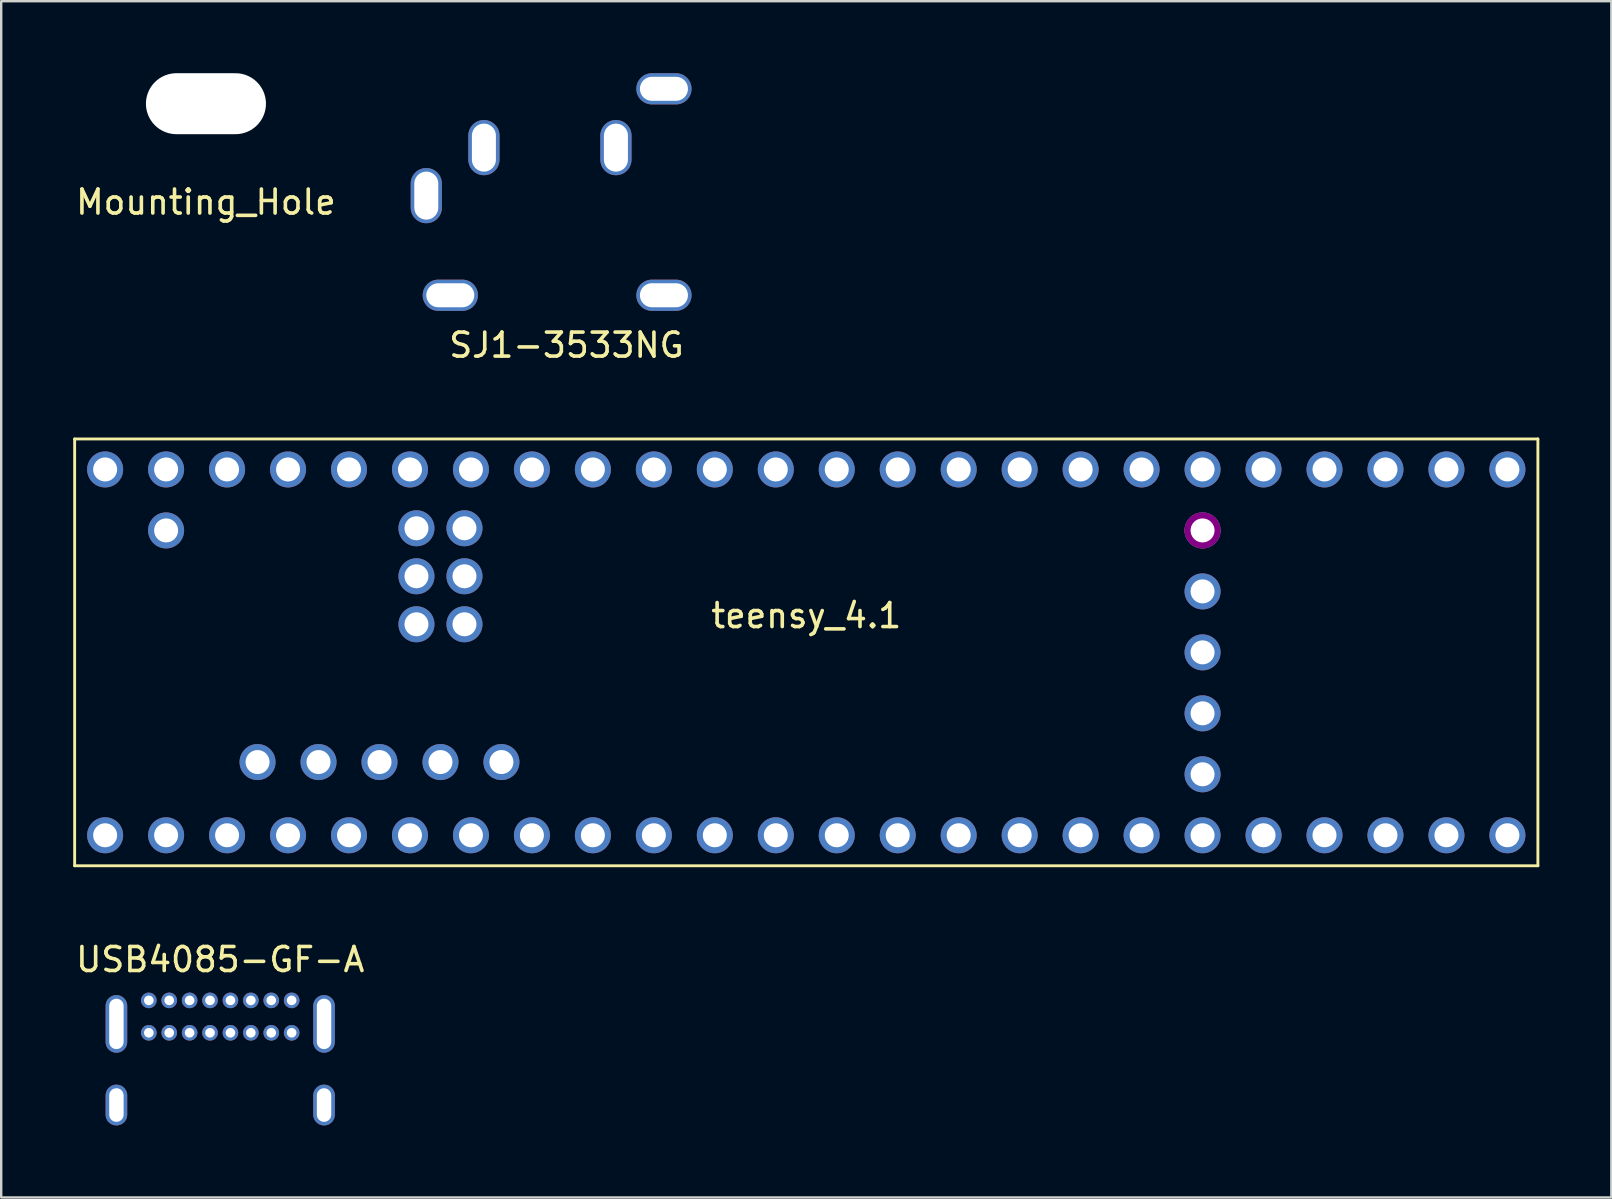
<source format=kicad_pcb>
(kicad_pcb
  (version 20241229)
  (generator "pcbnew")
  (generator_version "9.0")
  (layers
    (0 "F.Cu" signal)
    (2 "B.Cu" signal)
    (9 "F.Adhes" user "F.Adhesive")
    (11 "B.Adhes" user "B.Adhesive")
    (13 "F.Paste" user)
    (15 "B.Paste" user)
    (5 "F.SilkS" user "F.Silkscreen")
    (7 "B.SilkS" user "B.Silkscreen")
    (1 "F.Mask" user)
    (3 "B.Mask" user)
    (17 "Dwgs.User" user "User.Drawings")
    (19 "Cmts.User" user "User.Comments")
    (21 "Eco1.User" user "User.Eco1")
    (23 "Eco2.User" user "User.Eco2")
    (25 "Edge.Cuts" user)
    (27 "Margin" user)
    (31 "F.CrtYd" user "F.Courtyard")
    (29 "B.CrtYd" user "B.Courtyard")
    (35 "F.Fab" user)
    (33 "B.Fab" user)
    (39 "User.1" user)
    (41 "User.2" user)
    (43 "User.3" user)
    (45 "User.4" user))
  (footprint "Mounting_Hole"
    (layer "F.Cu")
    (at 5.53 1.27)
    (property "Reference" "Mounting_Hole" (at 0 4.1 0) (unlocked yes) (layer "F.SilkS") (effects (font (size 1 1) (thickness 0.15))))
    (attr through_hole)
    (pad "" np_thru_hole oval (at 0 0) (size 5 2.54) (drill oval 5 2.54) (layers "*.Cu" "*.Mask")))
  (footprint "teensy_4.1"
    (layer "F.Cu")
    (at 30.54 21.588)
    (property "Reference" "teensy_4.1" (at 0 1.01 0) (unlocked yes) (layer "F.SilkS") (effects (font (size 1 1) (thickness 0.15))))
    (attr through_hole)
    (fp_line (start -30.48 -6.35) (end 30.48 -6.35) (stroke (width 0.12) (type solid)) (layer "F.SilkS"))
    (fp_line (start -30.48 11.43) (end -30.48 -6.35) (stroke (width 0.12) (type solid)) (layer "F.SilkS"))
    (fp_line (start 30.48 -6.35) (end 30.48 11.43) (stroke (width 0.12) (type solid)) (layer "F.SilkS"))
    (fp_line (start 30.48 11.43) (end -30.48 11.43) (stroke (width 0.12) (type solid)) (layer "F.SilkS"))
    (pad "0" thru_hole circle (at -26.67 10.16) (size 1.5 1.5) (drill 1) (layers "*.Cu" "*.Mask"))
    (pad "1" thru_hole circle (at -24.13 10.16) (size 1.5 1.5) (drill 1) (layers "*.Cu" "*.Mask"))
    (pad "2" thru_hole circle (at -21.59 10.16) (size 1.5 1.5) (drill 1) (layers "*.Cu" "*.Mask"))
    (pad "3" thru_hole circle (at -19.05 10.16) (size 1.5 1.5) (drill 1) (layers "*.Cu" "*.Mask"))
    (pad "3.3V" thru_hole circle (at -24.13 -5.08) (size 1.5 1.5) (drill 1) (layers "*.Cu" "*.Mask"))
    (pad "3.3V" thru_hole circle (at 6.35 10.16) (size 1.5 1.5) (drill 1) (layers "*.Cu" "*.Mask"))
    (pad "3.3V" thru_hole circle (at 16.51 5.08) (size 1.5 1.5) (drill 1) (layers "*.Cu" "*.Mask"))
    (pad "4" thru_hole circle (at -16.51 10.16) (size 1.5 1.5) (drill 1) (layers "*.Cu" "*.Mask"))
    (pad "5" thru_hole circle (at -13.97 10.16) (size 1.5 1.5) (drill 1) (layers "*.Cu" "*.Mask"))
    (pad "5V" thru_hole circle (at -29.21 -5.08) (size 1.5 1.5) (drill 1) (layers "*.Cu" "*.Mask"))
    (pad "5V" thru_hole circle (at -22.86 7.11) (size 1.5 1.5) (drill 1) (layers "*.Cu" "*.Mask"))
    (pad "6" thru_hole circle (at -11.43 10.16) (size 1.5 1.5) (drill 1) (layers "*.Cu" "*.Mask"))
    (pad "7" thru_hole circle (at -8.89 10.16) (size 1.5 1.5) (drill 1) (layers "*.Cu" "*.Mask"))
    (pad "8" thru_hole circle (at -6.35 10.16) (size 1.5 1.5) (drill 1) (layers "*.Cu" "*.Mask"))
    (pad "9" thru_hole circle (at -3.81 10.16) (size 1.5 1.5) (drill 1) (layers "*.Cu" "*.Mask"))
    (pad "10" thru_hole circle (at -1.27 10.16) (size 1.5 1.5) (drill 1) (layers "*.Cu" "*.Mask"))
    (pad "11" thru_hole circle (at 1.27 10.16) (size 1.5 1.5) (drill 1) (layers "*.Cu" "*.Mask"))
    (pad "12" thru_hole circle (at 3.81 10.16) (size 1.5 1.5) (drill 1) (layers "*.Cu" "*.Mask"))
    (pad "13" thru_hole circle (at 3.81 -5.08) (size 1.5 1.5) (drill 1) (layers "*.Cu" "*.Mask"))
    (pad "14" thru_hole circle (at 1.27 -5.08) (size 1.5 1.5) (drill 1) (layers "*.Cu" "*.Mask"))
    (pad "15" thru_hole circle (at -1.27 -5.08) (size 1.5 1.5) (drill 1) (layers "*.Cu" "*.Mask"))
    (pad "16" thru_hole circle (at -3.81 -5.08) (size 1.5 1.5) (drill 1) (layers "*.Cu" "*.Mask"))
    (pad "17" thru_hole circle (at -6.35 -5.08) (size 1.5 1.5) (drill 1) (layers "*.Cu" "*.Mask"))
    (pad "18" thru_hole circle (at -8.89 -5.08) (size 1.5 1.5) (drill 1) (layers "*.Cu" "*.Mask"))
    (pad "19" thru_hole circle (at -11.43 -5.08) (size 1.5 1.5) (drill 1) (layers "*.Cu" "*.Mask"))
    (pad "20" thru_hole circle (at -13.97 -5.08) (size 1.5 1.5) (drill 1) (layers "*.Cu" "*.Mask"))
    (pad "21" thru_hole circle (at -16.51 -5.08) (size 1.5 1.5) (drill 1) (layers "*.Cu" "*.Mask"))
    (pad "22" thru_hole circle (at -19.05 -5.08) (size 1.5 1.5) (drill 1) (layers "*.Cu" "*.Mask"))
    (pad "23" thru_hole circle (at -21.59 -5.08) (size 1.5 1.5) (drill 1) (layers "*.Cu" "*.Mask"))
    (pad "24" thru_hole circle (at 8.89 10.16) (size 1.5 1.5) (drill 1) (layers "*.Cu" "*.Mask"))
    (pad "25" thru_hole circle (at 11.43 10.16) (size 1.5 1.5) (drill 1) (layers "*.Cu" "*.Mask"))
    (pad "26" thru_hole circle (at 13.97 10.16) (size 1.5 1.5) (drill 1) (layers "*.Cu" "*.Mask"))
    (pad "27" thru_hole circle (at 16.51 10.16) (size 1.5 1.5) (drill 1) (layers "*.Cu" "*.Mask"))
    (pad "28" thru_hole circle (at 19.05 10.16) (size 1.5 1.5) (drill 1) (layers "*.Cu" "*.Mask"))
    (pad "29" thru_hole circle (at 21.59 10.16) (size 1.5 1.5) (drill 1) (layers "*.Cu" "*.Mask"))
    (pad "30" thru_hole circle (at 24.13 10.16) (size 1.5 1.5) (drill 1) (layers "*.Cu" "*.Mask"))
    (pad "31" thru_hole circle (at 26.67 10.16) (size 1.5 1.5) (drill 1) (layers "*.Cu" "*.Mask"))
    (pad "32" thru_hole circle (at 29.21 10.16) (size 1.5 1.5) (drill 1) (layers "*.Cu" "*.Mask"))
    (pad "33" thru_hole circle (at 29.21 -5.08) (size 1.5 1.5) (drill 1) (layers "*.Cu" "*.Mask"))
    (pad "34" thru_hole circle (at 26.67 -5.08) (size 1.5 1.5) (drill 1) (layers "*.Cu" "*.Mask"))
    (pad "35" thru_hole circle (at 24.13 -5.08) (size 1.5 1.5) (drill 1) (layers "*.Cu" "*.Mask"))
    (pad "36" thru_hole circle (at 21.59 -5.08) (size 1.5 1.5) (drill 1) (layers "*.Cu" "*.Mask"))
    (pad "37" thru_hole circle (at 19.05 -5.08) (size 1.5 1.5) (drill 1) (layers "*.Cu" "*.Mask"))
    (pad "38" thru_hole circle (at 16.51 -5.08) (size 1.5 1.5) (drill 1) (layers "*.Cu" "*.Mask"))
    (pad "39" thru_hole circle (at 13.97 -5.08) (size 1.5 1.5) (drill 1) (layers "*.Cu" "*.Mask"))
    (pad "40" thru_hole circle (at 11.43 -5.08) (size 1.5 1.5) (drill 1) (layers "*.Cu" "*.Mask"))
    (pad "41" thru_hole circle (at 8.89 -5.08) (size 1.5 1.5) (drill 1) (layers "*.Cu" "*.Mask"))
    (pad "DM" thru_hole circle (at -20.32 7.11) (size 1.5 1.5) (drill 1) (layers "*.Cu" "*.Mask"))
    (pad "DP" thru_hole circle (at -17.78 7.11) (size 1.5 1.5) (drill 1) (layers "*.Cu" "*.Mask"))
    (pad "GND" thru_hole circle (at -29.21 10.16) (size 1.5 1.5) (drill 1) (layers "*.Cu" "*.Mask"))
    (pad "GND" thru_hole circle (at -26.67 -5.08) (size 1.5 1.5) (drill 1) (layers "*.Cu" "*.Mask"))
    (pad "GND" thru_hole circle (at -26.67 -2.54) (size 1.5 1.5) (drill 1) (layers "*.Cu" "*.Mask"))
    (pad "GND" thru_hole circle (at -15.24 7.11) (size 1.5 1.5) (drill 1) (layers "*.Cu" "*.Mask"))
    (pad "GND" thru_hole circle (at -14.24 -0.63) (size 1.5 1.5) (drill 1) (layers "*.Cu" "*.Mask"))
    (pad "GND" thru_hole circle (at -12.7 7.11) (size 1.5 1.5) (drill 1) (layers "*.Cu" "*.Mask"))
    (pad "GND" thru_hole circle (at 6.35 -5.08) (size 1.5 1.5) (drill 1) (layers "*.Cu" "*.Mask"))
    (pad "GND" thru_hole circle (at 16.51 2.54) (size 1.5 1.5) (drill 1) (layers "*.Cu" "*.Mask"))
    (pad "LED" thru_hole circle (at -16.24 -0.63) (size 1.5 1.5) (drill 1) (layers "*.Cu" "*.Mask"))
    (pad "ON/OFF" thru_hole circle (at 16.51 -2.54) (size 1.5 1.5) (drill 1) (layers "*.Cu" "*.Mask" "F.Adhes"))
    (pad "PROG" thru_hole circle (at 16.51 0) (size 1.5 1.5) (drill 1) (layers "*.Cu" "*.Mask"))
    (pad "RX+" thru_hole circle (at -16.24 -2.63) (size 1.5 1.5) (drill 1) (layers "*.Cu" "*.Mask"))
    (pad "RX-" thru_hole circle (at -14.24 -2.63) (size 1.5 1.5) (drill 1) (layers "*.Cu" "*.Mask"))
    (pad "TX+" thru_hole circle (at -14.24 1.37) (size 1.5 1.5) (drill 1) (layers "*.Cu" "*.Mask"))
    (pad "TX-" thru_hole circle (at -16.24 1.37) (size 1.5 1.5) (drill 1) (layers "*.Cu" "*.Mask"))
    (pad "VBAT" thru_hole circle (at 16.51 7.62) (size 1.5 1.5) (drill 1) (layers "*.Cu" "*.Mask")))
  (footprint "USB4085-GF-A"
    (layer "F.Cu")
    (at 6.125 38.627)
    (property "Reference" "USB4085-GF-A" (at 0 -1.7 0) (unlocked yes) (layer "F.SilkS") (effects (font (size 1 1) (thickness 0.15))))
    (attr through_hole)
    (pad "CC1" thru_hole circle (at -1.275 0) (size 0.65 0.65) (drill 0.4) (layers "*.Cu" "*.Mask"))
    (pad "CC2" thru_hole circle (at 1.275 1.35) (size 0.65 0.65) (drill 0.4) (layers "*.Cu" "*.Mask"))
    (pad "DN1" thru_hole circle (at 0.425 0) (size 0.65 0.65) (drill 0.4) (layers "*.Cu" "*.Mask"))
    (pad "DN2" thru_hole circle (at -0.425 1.35) (size 0.65 0.65) (drill 0.4) (layers "*.Cu" "*.Mask"))
    (pad "DP1" thru_hole circle (at -0.425 0) (size 0.65 0.65) (drill 0.4) (layers "*.Cu" "*.Mask"))
    (pad "DP2" thru_hole circle (at 0.425 1.35) (size 0.65 0.65) (drill 0.4) (layers "*.Cu" "*.Mask"))
    (pad "GND" thru_hole circle (at -2.975 0) (size 0.65 0.65) (drill 0.4) (layers "*.Cu" "*.Mask"))
    (pad "GND" thru_hole circle (at -2.975 1.35) (size 0.65 0.65) (drill 0.4) (layers "*.Cu" "*.Mask"))
    (pad "GND" thru_hole circle (at 2.975 0) (size 0.65 0.65) (drill 0.4) (layers "*.Cu" "*.Mask"))
    (pad "GND" thru_hole circle (at 2.975 1.35) (size 0.65 0.65) (drill 0.4) (layers "*.Cu" "*.Mask"))
    (pad "SBU1" thru_hole circle (at 1.275 0) (size 0.65 0.65) (drill 0.4) (layers "*.Cu" "*.Mask"))
    (pad "SBU2" thru_hole circle (at -1.275 1.35) (size 0.65 0.65) (drill 0.4) (layers "*.Cu" "*.Mask"))
    (pad "SHIELD" thru_hole oval (at -4.325 0.98) (size 0.9 2.4) (drill oval 0.6 2.1) (layers "*.Cu" "*.Mask"))
    (pad "SHIELD" thru_hole oval (at -4.325 4.36) (size 0.9 1.7) (drill oval 0.6 1.4) (layers "*.Cu" "*.Mask"))
    (pad "SHIELD" thru_hole oval (at 4.325 0.98) (size 0.9 2.4) (drill oval 0.6 2.1) (layers "*.Cu" "*.Mask"))
    (pad "SHIELD" thru_hole oval (at 4.325 4.36) (size 0.9 1.7) (drill oval 0.6 1.4) (layers "*.Cu" "*.Mask"))
    (pad "VBUS" thru_hole circle (at -2.125 0) (size 0.65 0.65) (drill 0.4) (layers "*.Cu" "*.Mask"))
    (pad "VBUS" thru_hole circle (at -2.125 1.35) (size 0.65 0.65) (drill 0.4) (layers "*.Cu" "*.Mask"))
    (pad "VBUS" thru_hole circle (at 2.125 0) (size 0.65 0.65) (drill 0.4) (layers "*.Cu" "*.Mask"))
    (pad "VBUS" thru_hole circle (at 2.125 1.35) (size 0.65 0.65) (drill 0.4) (layers "*.Cu" "*.Mask")))
  (footprint "SJ1-3533NG"
    (layer "F.Cu")
    (at 14.71 5.1)
    (property "Reference" "SJ1-3533NG" (at 5.84 6.23 0) (unlocked yes) (layer "F.SilkS") (effects (font (size 1 1) (thickness 0.15))))
    (attr through_hole)
    (pad "1" thru_hole oval (at 0 0) (size 1.3 2.3) (drill oval 1 2) (layers "*.Cu" "*.Mask"))
    (pad "2" thru_hole oval (at 2.4 -2) (size 1.3 2.3) (drill oval 1 2) (layers "*.Cu" "*.Mask"))
    (pad "3" thru_hole oval (at 7.9 -2) (size 1.3 2.3) (drill oval 1 2) (layers "*.Cu" "*.Mask"))
    (pad "SHIELD" thru_hole oval (at 1 4.15) (size 2.3 1.3) (drill oval 2 1) (layers "*.Cu" "*.Mask"))
    (pad "SHIELD" thru_hole oval (at 9.9 -4.45) (size 2.3 1.3) (drill oval 2 1) (layers "*.Cu" "*.Mask"))
    (pad "SHIELD" thru_hole oval (at 9.9 4.15) (size 2.3 1.3) (drill oval 2 1) (layers "*.Cu" "*.Mask")))
  (gr_rect
    (start -3 -3)
    (end 64.08 46.837)
    (stroke (width 0.1) (type default))
    (fill no)
    (layer "Edge.Cuts")))
</source>
